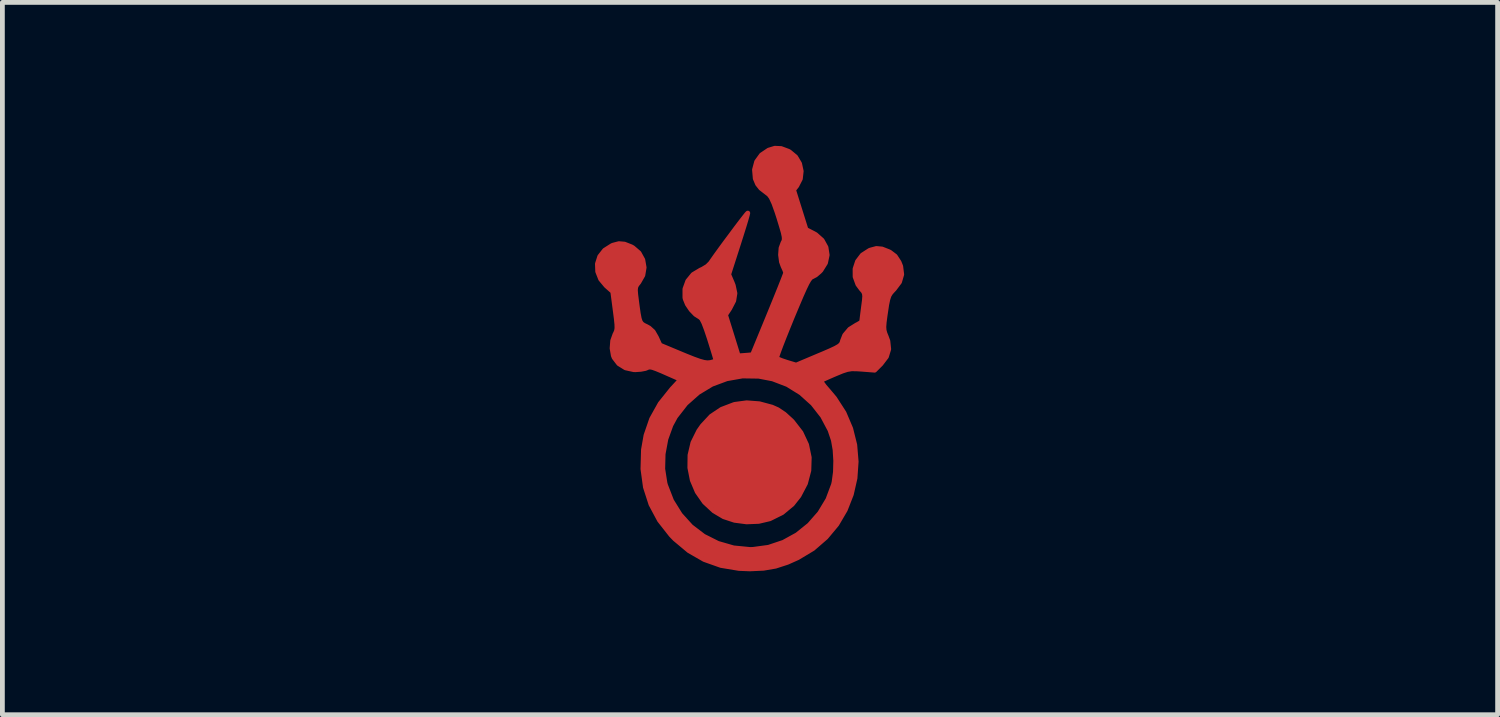
<source format=kicad_pcb>
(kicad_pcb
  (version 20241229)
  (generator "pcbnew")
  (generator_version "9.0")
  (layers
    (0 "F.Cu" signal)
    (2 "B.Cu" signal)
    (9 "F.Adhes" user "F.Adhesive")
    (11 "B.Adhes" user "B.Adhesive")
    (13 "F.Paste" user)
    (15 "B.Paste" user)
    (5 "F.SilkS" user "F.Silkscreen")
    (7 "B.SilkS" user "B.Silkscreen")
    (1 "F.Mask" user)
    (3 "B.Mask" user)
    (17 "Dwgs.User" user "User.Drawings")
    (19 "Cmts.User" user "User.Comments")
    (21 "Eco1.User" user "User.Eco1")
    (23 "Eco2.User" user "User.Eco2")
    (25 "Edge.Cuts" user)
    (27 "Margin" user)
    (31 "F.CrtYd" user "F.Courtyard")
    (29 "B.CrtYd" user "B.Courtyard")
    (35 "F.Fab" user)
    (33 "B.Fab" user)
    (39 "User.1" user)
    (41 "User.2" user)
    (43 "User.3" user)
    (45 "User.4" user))
  (footprint "Roboteurs_Logo_Mask"
    (layer "F.Cu")
    (at 12.635 4.377)
    (property "Reference" "Roboteurs_Logo_Mask" (at 0 0 0) (layer "F.Mask") (effects (font (size 1.524 1.524) (thickness 0.3))))
    (attr through_hole)
    (fp_poly (pts (xy 1.239 2.14) (xy 1.184 1.874) (xy 1.066 1.621) (xy 0.887 1.39) (xy 0.867 1.369) (xy 0.717 1.233) (xy 0.578 1.14) (xy 0.459 1.087) (xy 0.195 1.016) (xy -0.07 0.996) (xy -0.317 1.029) (xy -0.336 1.034) (xy -0.595 1.133) (xy -0.812 1.278) (xy -0.997 1.477) (xy -1.073 1.585) (xy -1.195 1.831) (xy -1.256 2.091) (xy -1.259 2.355) (xy -1.208 2.614) (xy -1.105 2.857) (xy -0.953 3.075) (xy -0.755 3.258) (xy -0.549 3.38) (xy -0.324 3.454) (xy -0.072 3.487) (xy 0.181 3.477) (xy 0.41 3.423) (xy 0.416 3.421) (xy 0.673 3.293) (xy 0.885 3.117) (xy 1.024 2.941) (xy 1.16 2.682) (xy 1.231 2.412) (xy 1.239 2.14)) (stroke (width 0.1) (type solid)) (fill yes) (layer "F.Cu"))
    (fp_poly (pts (xy 3.173 -1.688) (xy 3.152 -1.857) (xy 3.117 -1.945) (xy 3.036 -2.069) (xy 2.925 -2.153) (xy 2.9 -2.165) (xy 2.76 -2.22) (xy 2.643 -2.231) (xy 2.52 -2.198) (xy 2.497 -2.189) (xy 2.348 -2.093) (xy 2.247 -1.96) (xy 2.196 -1.804) (xy 2.197 -1.639) (xy 2.255 -1.48) (xy 2.327 -1.383) (xy 2.368 -1.336) (xy 2.391 -1.292) (xy 2.398 -1.233) (xy 2.391 -1.142) (xy 2.374 -1.013) (xy 2.357 -0.882) (xy 2.344 -0.776) (xy 2.337 -0.714) (xy 2.337 -0.706) (xy 2.309 -0.676) (xy 2.24 -0.637) (xy 2.227 -0.631) (xy 2.085 -0.542) (xy 1.98 -0.418) (xy 1.934 -0.301) (xy 1.922 -0.258) (xy 1.9 -0.221) (xy 1.858 -0.186) (xy 1.786 -0.145) (xy 1.675 -0.093) (xy 1.515 -0.024) (xy 1.438 0.008) (xy 0.965 0.208) (xy 0.769 0.149) (xy 0.662 0.113) (xy 0.584 0.081) (xy 0.556 0.063) (xy 0.564 0.026) (xy 0.595 -0.065) (xy 0.646 -0.202) (xy 0.714 -0.376) (xy 0.795 -0.578) (xy 0.882 -0.792) (xy 0.989 -1.047) (xy 1.074 -1.247) (xy 1.141 -1.397) (xy 1.193 -1.504) (xy 1.234 -1.575) (xy 1.267 -1.617) (xy 1.295 -1.637) (xy 1.303 -1.639) (xy 1.373 -1.676) (xy 1.455 -1.746) (xy 1.483 -1.775) (xy 1.579 -1.929) (xy 1.614 -2.094) (xy 1.589 -2.255) (xy 1.508 -2.402) (xy 1.374 -2.521) (xy 1.329 -2.546) (xy 1.171 -2.627) (xy 1.041 -3.042) (xy 0.911 -3.456) (xy 0.978 -3.541) (xy 1.053 -3.687) (xy 1.071 -3.847) (xy 1.037 -4.005) (xy 0.954 -4.145) (xy 0.826 -4.251) (xy 0.8 -4.265) (xy 0.65 -4.321) (xy 0.519 -4.327) (xy 0.389 -4.287) (xy 0.239 -4.186) (xy 0.138 -4.046) (xy 0.093 -3.878) (xy 0.109 -3.692) (xy 0.11 -3.69) (xy 0.158 -3.577) (xy 0.228 -3.489) (xy 0.233 -3.486) (xy 0.322 -3.417) (xy 0.396 -3.36) (xy 0.442 -3.298) (xy 0.498 -3.177) (xy 0.564 -2.993) (xy 0.605 -2.866) (xy 0.659 -2.688) (xy 0.695 -2.563) (xy 0.713 -2.478) (xy 0.716 -2.421) (xy 0.706 -2.381) (xy 0.689 -2.35) (xy 0.648 -2.239) (xy 0.638 -2.097) (xy 0.657 -1.951) (xy 0.689 -1.863) (xy 0.726 -1.782) (xy 0.745 -1.727) (xy 0.745 -1.722) (xy 0.732 -1.682) (xy 0.693 -1.581) (xy 0.629 -1.419) (xy 0.54 -1.198) (xy 0.426 -0.918) (xy 0.288 -0.582) (xy 0.126 -0.189) (xy 0.053 -0.012) (xy 0.021 -0.006) (xy -0.056 0.001) (xy -0.097 0.004) (xy -0.246 0.015) (xy -0.379 -0.414) (xy -0.512 -0.842) (xy -0.424 -0.975) (xy -0.34 -1.138) (xy -0.315 -1.293) (xy -0.35 -1.458) (xy -0.372 -1.515) (xy -0.446 -1.688) (xy -0.242 -2.324) (xy -0.18 -2.52) (xy -0.126 -2.692) (xy -0.084 -2.831) (xy -0.057 -2.927) (xy -0.047 -2.97) (xy -0.047 -2.971) (xy -0.069 -2.948) (xy -0.123 -2.88) (xy -0.202 -2.778) (xy -0.298 -2.651) (xy -0.404 -2.508) (xy -0.514 -2.361) (xy -0.618 -2.219) (xy -0.71 -2.092) (xy -0.782 -1.99) (xy -0.826 -1.926) (xy -0.893 -1.859) (xy -0.993 -1.798) (xy -1.034 -1.78) (xy -1.191 -1.686) (xy -1.302 -1.55) (xy -1.362 -1.384) (xy -1.362 -1.203) (xy -1.356 -1.176) (xy -1.311 -1.065) (xy -1.233 -0.95) (xy -1.14 -0.853) (xy -1.05 -0.796) (xy -1.045 -0.794) (xy -1.01 -0.76) (xy -0.966 -0.674) (xy -0.912 -0.531) (xy -0.848 -0.34) (xy -0.798 -0.179) (xy -0.756 -0.042) (xy -0.726 0.059) (xy -0.712 0.11) (xy -0.711 0.114) (xy -0.741 0.131) (xy -0.814 0.151) (xy -0.832 0.155) (xy -0.891 0.16) (xy -0.961 0.151) (xy -1.055 0.125) (xy -1.183 0.079) (xy -1.358 0.009) (xy -1.418 -0.016) (xy -1.883 -0.21) (xy -1.958 -0.374) (xy -2.026 -0.492) (xy -2.11 -0.568) (xy -2.166 -0.599) (xy -2.224 -0.627) (xy -2.265 -0.656) (xy -2.295 -0.698) (xy -2.317 -0.766) (xy -2.337 -0.871) (xy -2.359 -1.025) (xy -2.372 -1.126) (xy -2.39 -1.268) (xy -2.397 -1.361) (xy -2.391 -1.421) (xy -2.369 -1.468) (xy -2.33 -1.518) (xy -2.326 -1.522) (xy -2.241 -1.671) (xy -2.214 -1.833) (xy -2.242 -1.994) (xy -2.321 -2.137) (xy -2.449 -2.247) (xy -2.485 -2.267) (xy -2.625 -2.322) (xy -2.742 -2.332) (xy -2.865 -2.3) (xy -2.888 -2.29) (xy -3.041 -2.193) (xy -3.143 -2.063) (xy -3.192 -1.91) (xy -3.186 -1.748) (xy -3.124 -1.59) (xy -3.009 -1.452) (xy -2.871 -1.33) (xy -2.819 -0.933) (xy -2.797 -0.762) (xy -2.785 -0.644) (xy -2.783 -0.564) (xy -2.792 -0.508) (xy -2.811 -0.461) (xy -2.825 -0.435) (xy -2.873 -0.301) (xy -2.885 -0.142) (xy -2.859 0.009) (xy -2.842 0.051) (xy -2.745 0.178) (xy -2.603 0.266) (xy -2.431 0.304) (xy -2.397 0.305) (xy -2.284 0.297) (xy -2.19 0.279) (xy -2.162 0.268) (xy -2.128 0.253) (xy -2.09 0.249) (xy -2.038 0.258) (xy -1.96 0.286) (xy -1.843 0.334) (xy -1.678 0.407) (xy -1.664 0.413) (xy -1.449 0.508) (xy -1.635 0.709) (xy -1.879 1.014) (xy -2.058 1.335) (xy -2.176 1.678) (xy -2.229 1.979) (xy -2.24 2.38) (xy -2.188 2.761) (xy -2.072 3.12) (xy -1.893 3.454) (xy -1.652 3.761) (xy -1.572 3.844) (xy -1.278 4.09) (xy -0.958 4.274) (xy -0.609 4.398) (xy -0.23 4.461) (xy -0.002 4.47) (xy 0.282 4.457) (xy 0.533 4.414) (xy 0.782 4.333) (xy 0.999 4.236) (xy 1.317 4.045) (xy 1.589 3.809) (xy 1.815 3.538) (xy 1.992 3.236) (xy 2.119 2.912) (xy 2.196 2.573) (xy 2.22 2.226) (xy 2.191 1.878) (xy 2.106 1.536) (xy 1.966 1.207) (xy 1.792 0.937) (xy 1.792 2.21) (xy 1.786 2.444) (xy 1.758 2.651) (xy 1.746 2.705) (xy 1.629 3.018) (xy 1.458 3.302) (xy 1.241 3.55) (xy 0.985 3.756) (xy 0.698 3.914) (xy 0.388 4.018) (xy 0.064 4.062) (xy 0.001 4.064) (xy -0.345 4.03) (xy -0.671 3.936) (xy -0.97 3.786) (xy -1.235 3.584) (xy -1.46 3.335) (xy -1.64 3.045) (xy -1.767 2.718) (xy -1.779 2.673) (xy -1.825 2.378) (xy -1.817 2.066) (xy -1.759 1.754) (xy -1.654 1.463) (xy -1.559 1.288) (xy -1.343 1.011) (xy -1.087 0.784) (xy -0.799 0.61) (xy -0.487 0.494) (xy -0.158 0.436) (xy 0.182 0.441) (xy 0.474 0.497) (xy 0.782 0.615) (xy 1.064 0.79) (xy 1.312 1.013) (xy 1.517 1.275) (xy 1.672 1.567) (xy 1.743 1.779) (xy 1.778 1.979) (xy 1.792 2.21) (xy 1.792 0.937) (xy 1.768 0.9) (xy 1.64 0.748) (xy 1.558 0.653) (xy 1.502 0.577) (xy 1.483 0.533) (xy 1.485 0.528) (xy 1.529 0.507) (xy 1.619 0.466) (xy 1.738 0.414) (xy 1.792 0.391) (xy 1.93 0.334) (xy 2.032 0.301) (xy 2.124 0.286) (xy 2.231 0.287) (xy 2.336 0.294) (xy 2.606 0.315) (xy 2.738 0.183) (xy 2.853 0.032) (xy 2.901 -0.125) (xy 2.883 -0.295) (xy 2.85 -0.385) (xy 2.821 -0.457) (xy 2.804 -0.519) (xy 2.799 -0.589) (xy 2.806 -0.685) (xy 2.824 -0.823) (xy 2.835 -0.896) (xy 2.859 -1.057) (xy 2.882 -1.167) (xy 2.907 -1.244) (xy 2.943 -1.303) (xy 2.995 -1.361) (xy 3.014 -1.38) (xy 3.127 -1.53) (xy 3.173 -1.688)) (stroke (width 0.1) (type solid)) (fill yes) (layer "F.Cu")))
  (gr_rect
    (start -3 -3)
    (end 28.269 11.897)
    (stroke (width 0.1) (type default))
    (fill no)
    (layer "Edge.Cuts")))
</source>
